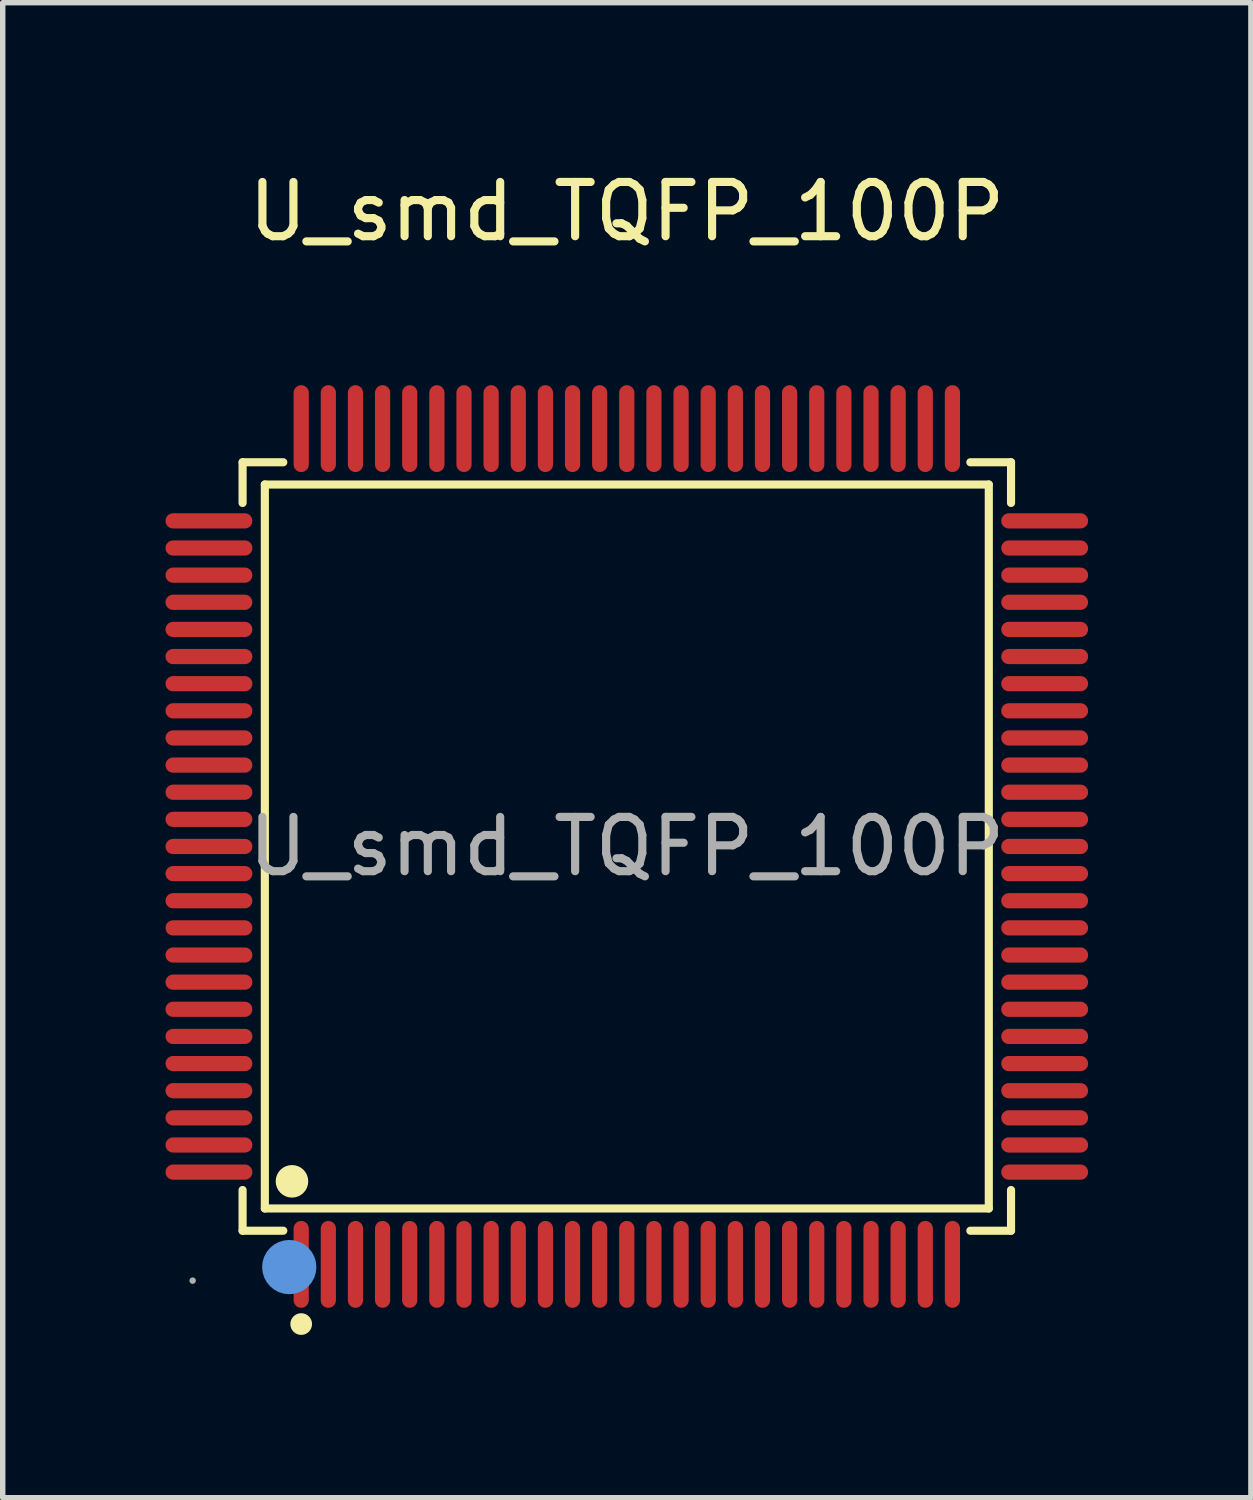
<source format=kicad_pcb>
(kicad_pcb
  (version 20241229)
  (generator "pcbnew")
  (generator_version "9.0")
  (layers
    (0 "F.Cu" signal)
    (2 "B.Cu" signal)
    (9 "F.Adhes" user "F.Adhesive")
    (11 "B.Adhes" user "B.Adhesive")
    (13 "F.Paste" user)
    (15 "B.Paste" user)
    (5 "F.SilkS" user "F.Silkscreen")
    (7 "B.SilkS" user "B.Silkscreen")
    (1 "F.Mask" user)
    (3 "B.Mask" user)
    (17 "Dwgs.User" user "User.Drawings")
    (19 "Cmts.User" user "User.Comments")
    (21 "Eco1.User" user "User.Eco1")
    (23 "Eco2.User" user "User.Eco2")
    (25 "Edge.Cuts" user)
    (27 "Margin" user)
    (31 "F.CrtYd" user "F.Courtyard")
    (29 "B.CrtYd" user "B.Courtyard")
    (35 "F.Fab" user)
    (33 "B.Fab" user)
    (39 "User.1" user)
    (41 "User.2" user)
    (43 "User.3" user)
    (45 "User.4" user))
  (footprint "U_smd_TQFP_100P"
    (layer "F.Cu")
    (at 8.5 12.548)
    (property "Reference" "U_smd_TQFP_100P" (at 0 -11.7 0) (layer "F.SilkS") (effects (font (size 1 1) (thickness 0.15))))
    (attr smd)
    (fp_line (start -7.08 -7.08) (end -6.33 -7.08) (stroke (width 0.15) (type solid)) (layer "F.SilkS"))
    (fp_line (start -7.08 -6.33) (end -7.08 -7.08) (stroke (width 0.15) (type solid)) (layer "F.SilkS"))
    (fp_line (start -7.08 6.33) (end -7.08 7.08) (stroke (width 0.15) (type solid)) (layer "F.SilkS"))
    (fp_line (start -7.08 7.08) (end -6.33 7.08) (stroke (width 0.15) (type solid)) (layer "F.SilkS"))
    (fp_line (start -6.67 -6.67) (end 6.67 -6.67) (stroke (width 0.15) (type solid)) (layer "F.SilkS"))
    (fp_line (start -6.67 6.67) (end -6.67 -6.67) (stroke (width 0.15) (type solid)) (layer "F.SilkS"))
    (fp_line (start 6.67 -6.67) (end 6.67 6.67) (stroke (width 0.15) (type solid)) (layer "F.SilkS"))
    (fp_line (start 6.67 6.67) (end -6.67 6.67) (stroke (width 0.15) (type solid)) (layer "F.SilkS"))
    (fp_line (start 7.08 -7.08) (end 6.33 -7.08) (stroke (width 0.15) (type solid)) (layer "F.SilkS"))
    (fp_line (start 7.08 -6.33) (end 7.08 -7.08) (stroke (width 0.15) (type solid)) (layer "F.SilkS"))
    (fp_line (start 7.08 6.33) (end 7.08 7.08) (stroke (width 0.15) (type solid)) (layer "F.SilkS"))
    (fp_line (start 7.08 7.08) (end 6.33 7.08) (stroke (width 0.15) (type solid)) (layer "F.SilkS"))
    (fp_circle (center -6.17 6.17) (end -6.02 6.17) (stroke (width 0.3) (type solid)) (fill no) (layer "F.SilkS"))
    (fp_circle (center -6 8.8) (end -5.9 8.8) (stroke (width 0.2) (type solid)) (fill no) (layer "F.SilkS"))
    (fp_circle (center -6.22 7.75) (end -5.97 7.75) (stroke (width 0.5) (type solid)) (fill no) (layer "Cmts.User"))
    (fp_circle (center -8 8) (end -7.97 8) (stroke (width 0.06) (type solid)) (fill no) (layer "F.Fab"))
    (fp_text user "${REFERENCE}" (at 0 0 0) (layer "F.Fab") (effects (font (size 1 1) (thickness 0.15))))
    (pad "1" smd oval (at -6 7.7) (size 0.28 1.6) (layers "F.Cu" "F.Mask" "F.Paste"))
    (pad "2" smd oval (at -5.5 7.7) (size 0.28 1.6) (layers "F.Cu" "F.Mask" "F.Paste"))
    (pad "3" smd oval (at -5 7.7) (size 0.28 1.6) (layers "F.Cu" "F.Mask" "F.Paste"))
    (pad "4" smd oval (at -4.5 7.7) (size 0.28 1.6) (layers "F.Cu" "F.Mask" "F.Paste"))
    (pad "5" smd oval (at -4 7.7) (size 0.28 1.6) (layers "F.Cu" "F.Mask" "F.Paste"))
    (pad "6" smd oval (at -3.5 7.7) (size 0.28 1.6) (layers "F.Cu" "F.Mask" "F.Paste"))
    (pad "7" smd oval (at -3 7.7) (size 0.28 1.6) (layers "F.Cu" "F.Mask" "F.Paste"))
    (pad "8" smd oval (at -2.5 7.7) (size 0.28 1.6) (layers "F.Cu" "F.Mask" "F.Paste"))
    (pad "9" smd oval (at -2 7.7) (size 0.28 1.6) (layers "F.Cu" "F.Mask" "F.Paste"))
    (pad "10" smd oval (at -1.5 7.7) (size 0.28 1.6) (layers "F.Cu" "F.Mask" "F.Paste"))
    (pad "11" smd oval (at -1 7.7) (size 0.28 1.6) (layers "F.Cu" "F.Mask" "F.Paste"))
    (pad "12" smd oval (at -0.5 7.7) (size 0.28 1.6) (layers "F.Cu" "F.Mask" "F.Paste"))
    (pad "13" smd oval (at 0 7.7) (size 0.28 1.6) (layers "F.Cu" "F.Mask" "F.Paste"))
    (pad "14" smd oval (at 0.5 7.7) (size 0.28 1.6) (layers "F.Cu" "F.Mask" "F.Paste"))
    (pad "15" smd oval (at 1 7.7) (size 0.28 1.6) (layers "F.Cu" "F.Mask" "F.Paste"))
    (pad "16" smd oval (at 1.5 7.7) (size 0.28 1.6) (layers "F.Cu" "F.Mask" "F.Paste"))
    (pad "17" smd oval (at 2 7.7) (size 0.28 1.6) (layers "F.Cu" "F.Mask" "F.Paste"))
    (pad "18" smd oval (at 2.5 7.7) (size 0.28 1.6) (layers "F.Cu" "F.Mask" "F.Paste"))
    (pad "19" smd oval (at 3 7.7) (size 0.28 1.6) (layers "F.Cu" "F.Mask" "F.Paste"))
    (pad "20" smd oval (at 3.5 7.7) (size 0.28 1.6) (layers "F.Cu" "F.Mask" "F.Paste"))
    (pad "21" smd oval (at 4 7.7) (size 0.28 1.6) (layers "F.Cu" "F.Mask" "F.Paste"))
    (pad "22" smd oval (at 4.5 7.7) (size 0.28 1.6) (layers "F.Cu" "F.Mask" "F.Paste"))
    (pad "23" smd oval (at 5 7.7) (size 0.28 1.6) (layers "F.Cu" "F.Mask" "F.Paste"))
    (pad "24" smd oval (at 5.5 7.7) (size 0.28 1.6) (layers "F.Cu" "F.Mask" "F.Paste"))
    (pad "25" smd oval (at 6 7.7) (size 0.28 1.6) (layers "F.Cu" "F.Mask" "F.Paste"))
    (pad "26" smd oval (at 7.7 6) (size 1.6 0.28) (layers "F.Cu" "F.Mask" "F.Paste"))
    (pad "27" smd oval (at 7.7 5.5) (size 1.6 0.28) (layers "F.Cu" "F.Mask" "F.Paste"))
    (pad "28" smd oval (at 7.7 5) (size 1.6 0.28) (layers "F.Cu" "F.Mask" "F.Paste"))
    (pad "29" smd oval (at 7.7 4.5) (size 1.6 0.28) (layers "F.Cu" "F.Mask" "F.Paste"))
    (pad "30" smd oval (at 7.7 4) (size 1.6 0.28) (layers "F.Cu" "F.Mask" "F.Paste"))
    (pad "31" smd oval (at 7.7 3.5) (size 1.6 0.28) (layers "F.Cu" "F.Mask" "F.Paste"))
    (pad "32" smd oval (at 7.7 3) (size 1.6 0.28) (layers "F.Cu" "F.Mask" "F.Paste"))
    (pad "33" smd oval (at 7.7 2.5) (size 1.6 0.28) (layers "F.Cu" "F.Mask" "F.Paste"))
    (pad "34" smd oval (at 7.7 2) (size 1.6 0.28) (layers "F.Cu" "F.Mask" "F.Paste"))
    (pad "35" smd oval (at 7.7 1.5) (size 1.6 0.28) (layers "F.Cu" "F.Mask" "F.Paste"))
    (pad "36" smd oval (at 7.7 1) (size 1.6 0.28) (layers "F.Cu" "F.Mask" "F.Paste"))
    (pad "37" smd oval (at 7.7 0.5) (size 1.6 0.28) (layers "F.Cu" "F.Mask" "F.Paste"))
    (pad "38" smd oval (at 7.7 0) (size 1.6 0.28) (layers "F.Cu" "F.Mask" "F.Paste"))
    (pad "39" smd oval (at 7.7 -0.5) (size 1.6 0.28) (layers "F.Cu" "F.Mask" "F.Paste"))
    (pad "40" smd oval (at 7.7 -1) (size 1.6 0.28) (layers "F.Cu" "F.Mask" "F.Paste"))
    (pad "41" smd oval (at 7.7 -1.5) (size 1.6 0.28) (layers "F.Cu" "F.Mask" "F.Paste"))
    (pad "42" smd oval (at 7.7 -2) (size 1.6 0.28) (layers "F.Cu" "F.Mask" "F.Paste"))
    (pad "43" smd oval (at 7.7 -2.5) (size 1.6 0.28) (layers "F.Cu" "F.Mask" "F.Paste"))
    (pad "44" smd oval (at 7.7 -3) (size 1.6 0.28) (layers "F.Cu" "F.Mask" "F.Paste"))
    (pad "45" smd oval (at 7.7 -3.5) (size 1.6 0.28) (layers "F.Cu" "F.Mask" "F.Paste"))
    (pad "46" smd oval (at 7.7 -4) (size 1.6 0.28) (layers "F.Cu" "F.Mask" "F.Paste"))
    (pad "47" smd oval (at 7.7 -4.5) (size 1.6 0.28) (layers "F.Cu" "F.Mask" "F.Paste"))
    (pad "48" smd oval (at 7.7 -5) (size 1.6 0.28) (layers "F.Cu" "F.Mask" "F.Paste"))
    (pad "49" smd oval (at 7.7 -5.5) (size 1.6 0.28) (layers "F.Cu" "F.Mask" "F.Paste"))
    (pad "50" smd oval (at 7.7 -6) (size 1.6 0.28) (layers "F.Cu" "F.Mask" "F.Paste"))
    (pad "51" smd oval (at 6 -7.7) (size 0.28 1.6) (layers "F.Cu" "F.Mask" "F.Paste"))
    (pad "52" smd oval (at 5.5 -7.7) (size 0.28 1.6) (layers "F.Cu" "F.Mask" "F.Paste"))
    (pad "53" smd oval (at 5 -7.7) (size 0.28 1.6) (layers "F.Cu" "F.Mask" "F.Paste"))
    (pad "54" smd oval (at 4.5 -7.7) (size 0.28 1.6) (layers "F.Cu" "F.Mask" "F.Paste"))
    (pad "55" smd oval (at 4 -7.7) (size 0.28 1.6) (layers "F.Cu" "F.Mask" "F.Paste"))
    (pad "56" smd oval (at 3.5 -7.7) (size 0.28 1.6) (layers "F.Cu" "F.Mask" "F.Paste"))
    (pad "57" smd oval (at 3 -7.7) (size 0.28 1.6) (layers "F.Cu" "F.Mask" "F.Paste"))
    (pad "58" smd oval (at 2.5 -7.7) (size 0.28 1.6) (layers "F.Cu" "F.Mask" "F.Paste"))
    (pad "59" smd oval (at 2 -7.7) (size 0.28 1.6) (layers "F.Cu" "F.Mask" "F.Paste"))
    (pad "60" smd oval (at 1.5 -7.7) (size 0.28 1.6) (layers "F.Cu" "F.Mask" "F.Paste"))
    (pad "61" smd oval (at 1 -7.7) (size 0.28 1.6) (layers "F.Cu" "F.Mask" "F.Paste"))
    (pad "62" smd oval (at 0.5 -7.7) (size 0.28 1.6) (layers "F.Cu" "F.Mask" "F.Paste"))
    (pad "63" smd oval (at 0 -7.7) (size 0.28 1.6) (layers "F.Cu" "F.Mask" "F.Paste"))
    (pad "64" smd oval (at -0.5 -7.7) (size 0.28 1.6) (layers "F.Cu" "F.Mask" "F.Paste"))
    (pad "65" smd oval (at -1 -7.7) (size 0.28 1.6) (layers "F.Cu" "F.Mask" "F.Paste"))
    (pad "66" smd oval (at -1.5 -7.7) (size 0.28 1.6) (layers "F.Cu" "F.Mask" "F.Paste"))
    (pad "67" smd oval (at -2 -7.7) (size 0.28 1.6) (layers "F.Cu" "F.Mask" "F.Paste"))
    (pad "68" smd oval (at -2.5 -7.7) (size 0.28 1.6) (layers "F.Cu" "F.Mask" "F.Paste"))
    (pad "69" smd oval (at -3 -7.7) (size 0.28 1.6) (layers "F.Cu" "F.Mask" "F.Paste"))
    (pad "70" smd oval (at -3.5 -7.7) (size 0.28 1.6) (layers "F.Cu" "F.Mask" "F.Paste"))
    (pad "71" smd oval (at -4 -7.7) (size 0.28 1.6) (layers "F.Cu" "F.Mask" "F.Paste"))
    (pad "72" smd oval (at -4.5 -7.7) (size 0.28 1.6) (layers "F.Cu" "F.Mask" "F.Paste"))
    (pad "73" smd oval (at -5 -7.7) (size 0.28 1.6) (layers "F.Cu" "F.Mask" "F.Paste"))
    (pad "74" smd oval (at -5.5 -7.7) (size 0.28 1.6) (layers "F.Cu" "F.Mask" "F.Paste"))
    (pad "75" smd oval (at -6 -7.7) (size 0.28 1.6) (layers "F.Cu" "F.Mask" "F.Paste"))
    (pad "76" smd oval (at -7.7 -6) (size 1.6 0.28) (layers "F.Cu" "F.Mask" "F.Paste"))
    (pad "77" smd oval (at -7.7 -5.5) (size 1.6 0.28) (layers "F.Cu" "F.Mask" "F.Paste"))
    (pad "78" smd oval (at -7.7 -5) (size 1.6 0.28) (layers "F.Cu" "F.Mask" "F.Paste"))
    (pad "79" smd oval (at -7.7 -4.5) (size 1.6 0.28) (layers "F.Cu" "F.Mask" "F.Paste"))
    (pad "80" smd oval (at -7.7 -4) (size 1.6 0.28) (layers "F.Cu" "F.Mask" "F.Paste"))
    (pad "81" smd oval (at -7.7 -3.5) (size 1.6 0.28) (layers "F.Cu" "F.Mask" "F.Paste"))
    (pad "82" smd oval (at -7.7 -3) (size 1.6 0.28) (layers "F.Cu" "F.Mask" "F.Paste"))
    (pad "83" smd oval (at -7.7 -2.5) (size 1.6 0.28) (layers "F.Cu" "F.Mask" "F.Paste"))
    (pad "84" smd oval (at -7.7 -2) (size 1.6 0.28) (layers "F.Cu" "F.Mask" "F.Paste"))
    (pad "85" smd oval (at -7.7 -1.5) (size 1.6 0.28) (layers "F.Cu" "F.Mask" "F.Paste"))
    (pad "86" smd oval (at -7.7 -1) (size 1.6 0.28) (layers "F.Cu" "F.Mask" "F.Paste"))
    (pad "87" smd oval (at -7.7 -0.5) (size 1.6 0.28) (layers "F.Cu" "F.Mask" "F.Paste"))
    (pad "88" smd oval (at -7.7 0) (size 1.6 0.28) (layers "F.Cu" "F.Mask" "F.Paste"))
    (pad "89" smd oval (at -7.7 0.5) (size 1.6 0.28) (layers "F.Cu" "F.Mask" "F.Paste"))
    (pad "90" smd oval (at -7.7 1) (size 1.6 0.28) (layers "F.Cu" "F.Mask" "F.Paste"))
    (pad "91" smd oval (at -7.7 1.5) (size 1.6 0.28) (layers "F.Cu" "F.Mask" "F.Paste"))
    (pad "92" smd oval (at -7.7 2) (size 1.6 0.28) (layers "F.Cu" "F.Mask" "F.Paste"))
    (pad "93" smd oval (at -7.7 2.5) (size 1.6 0.28) (layers "F.Cu" "F.Mask" "F.Paste"))
    (pad "94" smd oval (at -7.7 3) (size 1.6 0.28) (layers "F.Cu" "F.Mask" "F.Paste"))
    (pad "95" smd oval (at -7.7 3.5) (size 1.6 0.28) (layers "F.Cu" "F.Mask" "F.Paste"))
    (pad "96" smd oval (at -7.7 4) (size 1.6 0.28) (layers "F.Cu" "F.Mask" "F.Paste"))
    (pad "97" smd oval (at -7.7 4.5) (size 1.6 0.28) (layers "F.Cu" "F.Mask" "F.Paste"))
    (pad "98" smd oval (at -7.7 5) (size 1.6 0.28) (layers "F.Cu" "F.Mask" "F.Paste"))
    (pad "99" smd oval (at -7.7 5.5) (size 1.6 0.28) (layers "F.Cu" "F.Mask" "F.Paste"))
    (pad "100" smd oval (at -7.7 6) (size 1.6 0.28) (layers "F.Cu" "F.Mask" "F.Paste")))
  (gr_rect
    (start -3 -3)
    (end 20 24.548)
    (stroke (width 0.1) (type default))
    (fill no)
    (layer "Edge.Cuts")))
</source>
